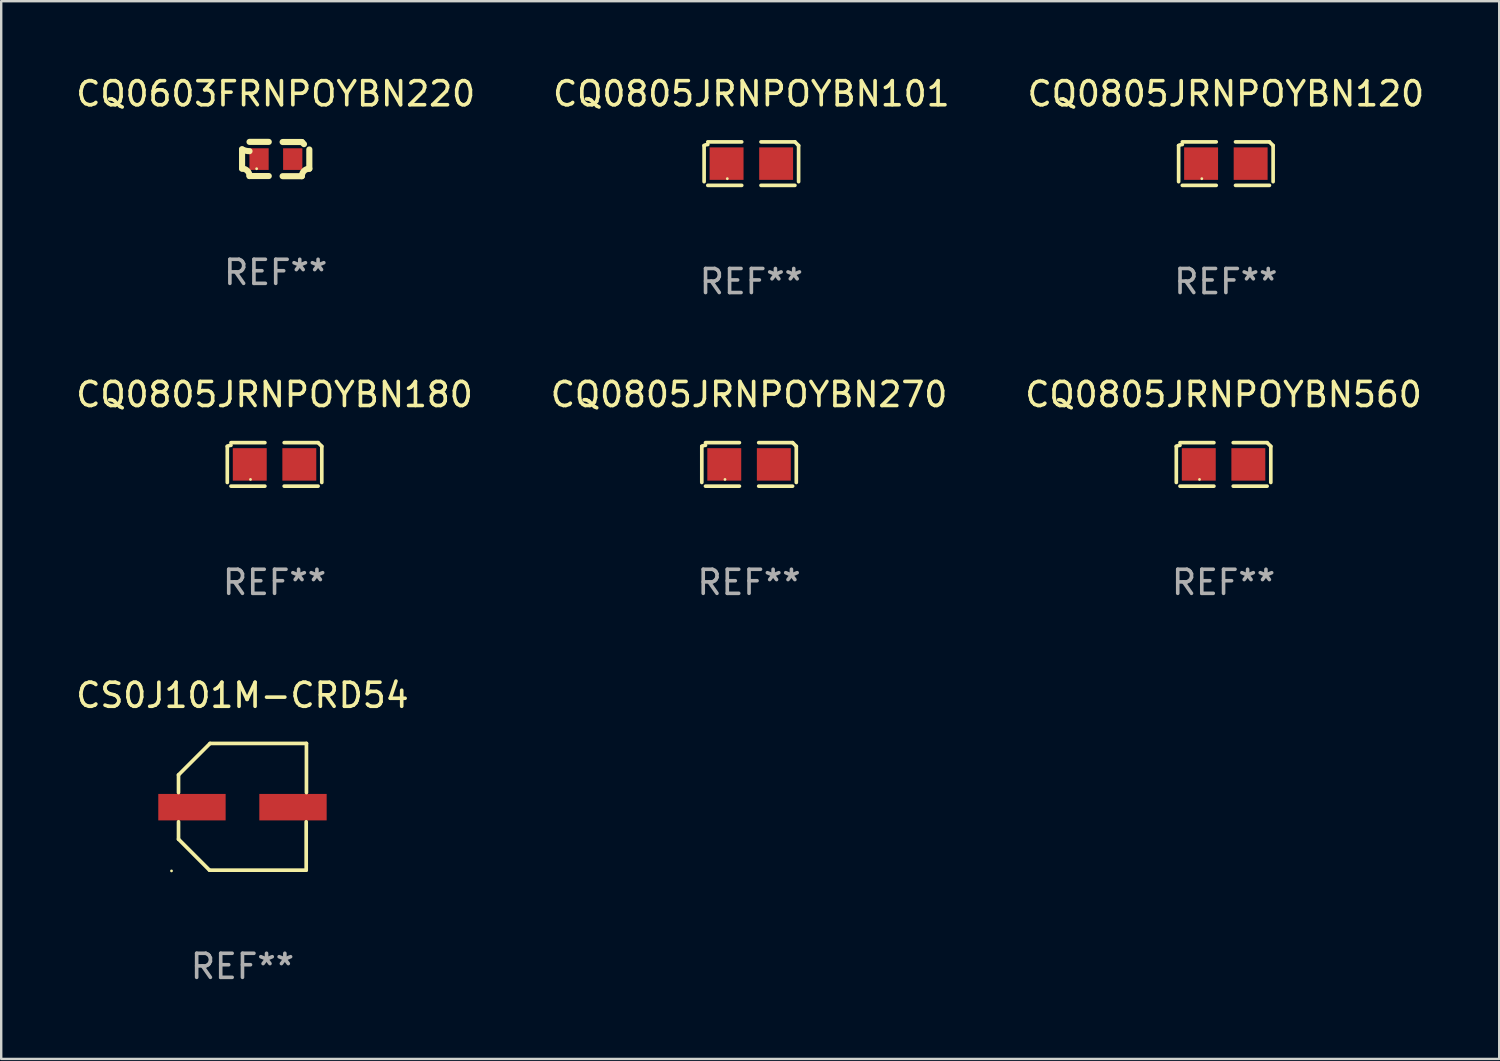
<source format=kicad_pcb>
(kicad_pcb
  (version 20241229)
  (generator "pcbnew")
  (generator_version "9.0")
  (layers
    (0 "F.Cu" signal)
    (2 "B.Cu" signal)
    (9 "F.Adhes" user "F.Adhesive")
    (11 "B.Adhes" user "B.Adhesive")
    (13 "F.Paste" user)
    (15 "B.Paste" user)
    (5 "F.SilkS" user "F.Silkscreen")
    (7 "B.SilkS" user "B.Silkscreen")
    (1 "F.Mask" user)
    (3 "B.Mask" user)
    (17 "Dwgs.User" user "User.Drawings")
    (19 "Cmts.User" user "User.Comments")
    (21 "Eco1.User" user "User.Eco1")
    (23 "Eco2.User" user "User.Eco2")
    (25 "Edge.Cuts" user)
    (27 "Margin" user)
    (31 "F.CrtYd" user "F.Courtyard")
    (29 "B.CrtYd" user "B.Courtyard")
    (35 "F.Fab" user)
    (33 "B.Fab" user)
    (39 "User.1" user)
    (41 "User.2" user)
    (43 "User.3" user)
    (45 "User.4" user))
  (footprint "CQ0805JRNPOYBN560"
    (layer "F.Cu")
    (at 47.815 16.256)
    (property "Reference" "CQ0805JRNPOYBN560" (at 0 -2.904 0) (layer "F.SilkS") (effects (font (size 1 1) (thickness 0.15))))
    (attr through_hole)
    (fp_line (start -1.964 0.751) (end -1.964 -0.751) (stroke (width 0.152) (type solid)) (layer "F.SilkS"))
    (fp_line (start -1.811 -0.904) (end -0.401 -0.904) (stroke (width 0.152) (type solid)) (layer "F.SilkS"))
    (fp_line (start -0.401 0.904) (end -1.811 0.904) (stroke (width 0.152) (type solid)) (layer "F.SilkS"))
    (fp_line (start 0.401 0.904) (end 1.811 0.904) (stroke (width 0.152) (type solid)) (layer "F.SilkS"))
    (fp_line (start 1.811 -0.904) (end 0.401 -0.904) (stroke (width 0.152) (type solid)) (layer "F.SilkS"))
    (fp_line (start 1.964 0.751) (end 1.964 -0.751) (stroke (width 0.152) (type solid)) (layer "F.SilkS"))
    (fp_arc (start -1.963602 -0.751207) (mid -1.890354 -0.783131) (end -1.811201 -0.794044) (stroke (width 0.1524) (type solid)) (layer "F.SilkS"))
    (fp_arc (start 1.811202 -0.903607) (mid 1.887413 -0.827418) (end 1.963602 -0.751207) (stroke (width 0.1524) (type solid)) (layer "F.SilkS"))
    (fp_circle (center -1 0.625) (end -0.97 0.625) (stroke (width 0.06) (type solid)) (fill no) (layer "F.SilkS"))
    (fp_text user "REF**" (at 0 4.904 0) (layer "F.Fab") (effects (font (size 1 1) (thickness 0.15))))
    (pad "1" smd rect (at -1.03 0) (size 1.41 1.35) (layers "F.Cu" "F.Mask" "F.Paste"))
    (pad "2" smd rect (at 1.03 0) (size 1.41 1.35) (layers "F.Cu" "F.Mask" "F.Paste")))
  (footprint "CS0J101M-CRD54"
    (layer "F.Cu")
    (at 7.03 30.49)
    (property "Reference" "CS0J101M-CRD54" (at 0 -4.634 0) (layer "F.SilkS") (effects (font (size 1 1) (thickness 0.15))))
    (attr through_hole)
    (fp_line (start -2.659 -1.326) (end -2.659 -0.592) (stroke (width 0.152) (type solid)) (layer "F.SilkS"))
    (fp_line (start -2.659 1.346) (end -2.659 0.622) (stroke (width 0.152) (type solid)) (layer "F.SilkS"))
    (fp_line (start -1.372 2.634) (end -2.659 1.346) (stroke (width 0.152) (type solid)) (layer "F.SilkS"))
    (fp_line (start -1.349 -2.634) (end -2.659 -1.326) (stroke (width 0.152) (type solid)) (layer "F.SilkS"))
    (fp_line (start 2.649 0.622) (end 2.649 2.634) (stroke (width 0.152) (type solid)) (layer "F.SilkS"))
    (fp_line (start 2.649 2.634) (end -1.372 2.634) (stroke (width 0.152) (type solid)) (layer "F.SilkS"))
    (fp_line (start 2.659 -2.634) (end -1.349 -2.634) (stroke (width 0.152) (type solid)) (layer "F.SilkS"))
    (fp_line (start 2.659 -0.592) (end 2.659 -2.634) (stroke (width 0.152) (type solid)) (layer "F.SilkS"))
    (fp_circle (center -2.95 2.665) (end -2.92 2.665) (stroke (width 0.06) (type solid)) (fill no) (layer "F.SilkS"))
    (fp_text user "REF**" (at 0 6.634 0) (layer "F.Fab") (effects (font (size 1 1) (thickness 0.15))))
    (pad "1" smd rect (at -2.1 0.015) (size 2.8 1.1) (layers "F.Cu" "F.Mask" "F.Paste"))
    (pad "2" smd rect (at 2.1 0.015) (size 2.8 1.1) (layers "F.Cu" "F.Mask" "F.Paste")))
  (footprint "CQ0805JRNPOYBN180"
    (layer "F.Cu")
    (at 8.363 16.256)
    (property "Reference" "CQ0805JRNPOYBN180" (at 0 -2.904 0) (layer "F.SilkS") (effects (font (size 1 1) (thickness 0.15))))
    (attr through_hole)
    (fp_line (start -1.964 0.751) (end -1.964 -0.751) (stroke (width 0.152) (type solid)) (layer "F.SilkS"))
    (fp_line (start -1.811 -0.904) (end -0.401 -0.904) (stroke (width 0.152) (type solid)) (layer "F.SilkS"))
    (fp_line (start -0.401 0.904) (end -1.811 0.904) (stroke (width 0.152) (type solid)) (layer "F.SilkS"))
    (fp_line (start 0.401 0.904) (end 1.811 0.904) (stroke (width 0.152) (type solid)) (layer "F.SilkS"))
    (fp_line (start 1.811 -0.904) (end 0.401 -0.904) (stroke (width 0.152) (type solid)) (layer "F.SilkS"))
    (fp_line (start 1.964 0.751) (end 1.964 -0.751) (stroke (width 0.152) (type solid)) (layer "F.SilkS"))
    (fp_arc (start -1.963602 -0.751207) (mid -1.890354 -0.783131) (end -1.811201 -0.794044) (stroke (width 0.1524) (type solid)) (layer "F.SilkS"))
    (fp_arc (start 1.811202 -0.903607) (mid 1.887413 -0.827418) (end 1.963602 -0.751207) (stroke (width 0.1524) (type solid)) (layer "F.SilkS"))
    (fp_circle (center -1 0.625) (end -0.97 0.625) (stroke (width 0.06) (type solid)) (fill no) (layer "F.SilkS"))
    (fp_text user "REF**" (at 0 4.904 0) (layer "F.Fab") (effects (font (size 1 1) (thickness 0.15))))
    (pad "1" smd rect (at -1.03 0) (size 1.41 1.35) (layers "F.Cu" "F.Mask" "F.Paste"))
    (pad "2" smd rect (at 1.03 0) (size 1.41 1.35) (layers "F.Cu" "F.Mask" "F.Paste")))
  (footprint "CQ0805JRNPOYBN101"
    (layer "F.Cu")
    (at 28.185 3.752)
    (property "Reference" "CQ0805JRNPOYBN101" (at 0 -2.904 0) (layer "F.SilkS") (effects (font (size 1 1) (thickness 0.15))))
    (attr through_hole)
    (fp_line (start -1.964 0.751) (end -1.964 -0.751) (stroke (width 0.152) (type solid)) (layer "F.SilkS"))
    (fp_line (start -1.811 -0.904) (end -0.401 -0.904) (stroke (width 0.152) (type solid)) (layer "F.SilkS"))
    (fp_line (start -0.401 0.904) (end -1.811 0.904) (stroke (width 0.152) (type solid)) (layer "F.SilkS"))
    (fp_line (start 0.401 0.904) (end 1.811 0.904) (stroke (width 0.152) (type solid)) (layer "F.SilkS"))
    (fp_line (start 1.811 -0.904) (end 0.401 -0.904) (stroke (width 0.152) (type solid)) (layer "F.SilkS"))
    (fp_line (start 1.964 0.751) (end 1.964 -0.751) (stroke (width 0.152) (type solid)) (layer "F.SilkS"))
    (fp_arc (start -1.963602 -0.751207) (mid -1.890354 -0.783131) (end -1.811201 -0.794044) (stroke (width 0.1524) (type solid)) (layer "F.SilkS"))
    (fp_arc (start 1.811202 -0.903607) (mid 1.887413 -0.827418) (end 1.963602 -0.751207) (stroke (width 0.1524) (type solid)) (layer "F.SilkS"))
    (fp_circle (center -1 0.625) (end -0.97 0.625) (stroke (width 0.06) (type solid)) (fill no) (layer "F.SilkS"))
    (fp_text user "REF**" (at 0 4.904 0) (layer "F.Fab") (effects (font (size 1 1) (thickness 0.15))))
    (pad "1" smd rect (at -1.03 0) (size 1.41 1.35) (layers "F.Cu" "F.Mask" "F.Paste"))
    (pad "2" smd rect (at 1.03 0) (size 1.41 1.35) (layers "F.Cu" "F.Mask" "F.Paste")))
  (footprint "CQ0805JRNPOYBN270"
    (layer "F.Cu")
    (at 28.089 16.256)
    (property "Reference" "CQ0805JRNPOYBN270" (at 0 -2.904 0) (layer "F.SilkS") (effects (font (size 1 1) (thickness 0.15))))
    (attr through_hole)
    (fp_line (start -1.964 0.751) (end -1.964 -0.751) (stroke (width 0.152) (type solid)) (layer "F.SilkS"))
    (fp_line (start -1.811 -0.904) (end -0.401 -0.904) (stroke (width 0.152) (type solid)) (layer "F.SilkS"))
    (fp_line (start -0.401 0.904) (end -1.811 0.904) (stroke (width 0.152) (type solid)) (layer "F.SilkS"))
    (fp_line (start 0.401 0.904) (end 1.811 0.904) (stroke (width 0.152) (type solid)) (layer "F.SilkS"))
    (fp_line (start 1.811 -0.904) (end 0.401 -0.904) (stroke (width 0.152) (type solid)) (layer "F.SilkS"))
    (fp_line (start 1.964 0.751) (end 1.964 -0.751) (stroke (width 0.152) (type solid)) (layer "F.SilkS"))
    (fp_arc (start -1.963602 -0.751207) (mid -1.890354 -0.783131) (end -1.811201 -0.794044) (stroke (width 0.1524) (type solid)) (layer "F.SilkS"))
    (fp_arc (start 1.811202 -0.903607) (mid 1.887413 -0.827418) (end 1.963602 -0.751207) (stroke (width 0.1524) (type solid)) (layer "F.SilkS"))
    (fp_circle (center -1 0.625) (end -0.97 0.625) (stroke (width 0.06) (type solid)) (fill no) (layer "F.SilkS"))
    (fp_text user "REF**" (at 0 4.904 0) (layer "F.Fab") (effects (font (size 1 1) (thickness 0.15))))
    (pad "1" smd rect (at -1.03 0) (size 1.41 1.35) (layers "F.Cu" "F.Mask" "F.Paste"))
    (pad "2" smd rect (at 1.03 0) (size 1.41 1.35) (layers "F.Cu" "F.Mask" "F.Paste")))
  (footprint "CQ0805JRNPOYBN120"
    (layer "F.Cu")
    (at 47.911 3.752)
    (property "Reference" "CQ0805JRNPOYBN120" (at 0 -2.904 0) (layer "F.SilkS") (effects (font (size 1 1) (thickness 0.15))))
    (attr through_hole)
    (fp_line (start -1.964 0.751) (end -1.964 -0.751) (stroke (width 0.152) (type solid)) (layer "F.SilkS"))
    (fp_line (start -1.811 -0.904) (end -0.401 -0.904) (stroke (width 0.152) (type solid)) (layer "F.SilkS"))
    (fp_line (start -0.401 0.904) (end -1.811 0.904) (stroke (width 0.152) (type solid)) (layer "F.SilkS"))
    (fp_line (start 0.401 0.904) (end 1.811 0.904) (stroke (width 0.152) (type solid)) (layer "F.SilkS"))
    (fp_line (start 1.811 -0.904) (end 0.401 -0.904) (stroke (width 0.152) (type solid)) (layer "F.SilkS"))
    (fp_line (start 1.964 0.751) (end 1.964 -0.751) (stroke (width 0.152) (type solid)) (layer "F.SilkS"))
    (fp_arc (start -1.963602 -0.751207) (mid -1.890354 -0.783131) (end -1.811201 -0.794044) (stroke (width 0.1524) (type solid)) (layer "F.SilkS"))
    (fp_arc (start 1.811202 -0.903607) (mid 1.887413 -0.827418) (end 1.963602 -0.751207) (stroke (width 0.1524) (type solid)) (layer "F.SilkS"))
    (fp_circle (center -1 0.625) (end -0.97 0.625) (stroke (width 0.06) (type solid)) (fill no) (layer "F.SilkS"))
    (fp_text user "REF**" (at 0 4.904 0) (layer "F.Fab") (effects (font (size 1 1) (thickness 0.15))))
    (pad "1" smd rect (at -1.03 0) (size 1.41 1.35) (layers "F.Cu" "F.Mask" "F.Paste"))
    (pad "2" smd rect (at 1.03 0) (size 1.41 1.35) (layers "F.Cu" "F.Mask" "F.Paste")))
  (footprint "CQ0603FRNPOYBN220"
    (layer "F.Cu")
    (at 8.411 3.561)
    (property "Reference" "CQ0603FRNPOYBN220" (at 0 -2.713 0) (layer "F.SilkS") (effects (font (size 1 1) (thickness 0.15))))
    (attr through_hole)
    (fp_line (start -1.398 -0.403) (end -1.398 0.397) (stroke (width 0.254) (type solid)) (layer "F.SilkS"))
    (fp_line (start -0.288 -0.713) (end -1.088 -0.713) (stroke (width 0.254) (type solid)) (layer "F.SilkS"))
    (fp_line (start -0.288 0.707) (end -1.088 0.707) (stroke (width 0.254) (type solid)) (layer "F.SilkS"))
    (fp_line (start 0.288 -0.707) (end 1.088 -0.707) (stroke (width 0.254) (type solid)) (layer "F.SilkS"))
    (fp_line (start 0.288 0.713) (end 1.088 0.713) (stroke (width 0.254) (type solid)) (layer "F.SilkS"))
    (fp_line (start 1.398 -0.397) (end 1.398 0.403) (stroke (width 0.254) (type solid)) (layer "F.SilkS"))
    (fp_arc (start -1.397789 0.397066) (mid -1.178701 0.487826) (end -1.08796 0.706922) (stroke (width 0.254001) (type solid)) (layer "F.SilkS"))
    (fp_arc (start -1.08796 -0.327176) (mid -1.247436 -0.346384) (end -1.39779 -0.402908) (stroke (width 0.254001) (type solid)) (layer "F.SilkS"))
    (fp_arc (start 1.087909 0.712738) (mid 1.178656 0.493655) (end 1.397739 0.402908) (stroke (width 0.254001) (type solid)) (layer "F.SilkS"))
    (fp_arc (start 1.175925 -0.618926) (mid 1.131917 -0.662923) (end 1.08791 -0.706922) (stroke (width 0.254001) (type solid)) (layer "F.SilkS"))
    (fp_circle (center -0.792 0.403) (end -0.762 0.403) (stroke (width 0.06) (type solid)) (fill no) (layer "F.SilkS"))
    (fp_text user "REF**" (at 0 4.713 0) (layer "F.Fab") (effects (font (size 1 1) (thickness 0.15))))
    (pad "1" smd rect (at -0.692 0.003) (size 0.8 0.9) (layers "F.Cu" "F.Mask" "F.Paste"))
    (pad "2" smd rect (at 0.708 0.003) (size 0.8 0.9) (layers "F.Cu" "F.Mask" "F.Paste")))
  (gr_rect
    (start -3 -3)
    (end 59.274 40.972)
    (stroke (width 0.1) (type default))
    (fill no)
    (layer "Edge.Cuts")))
</source>
